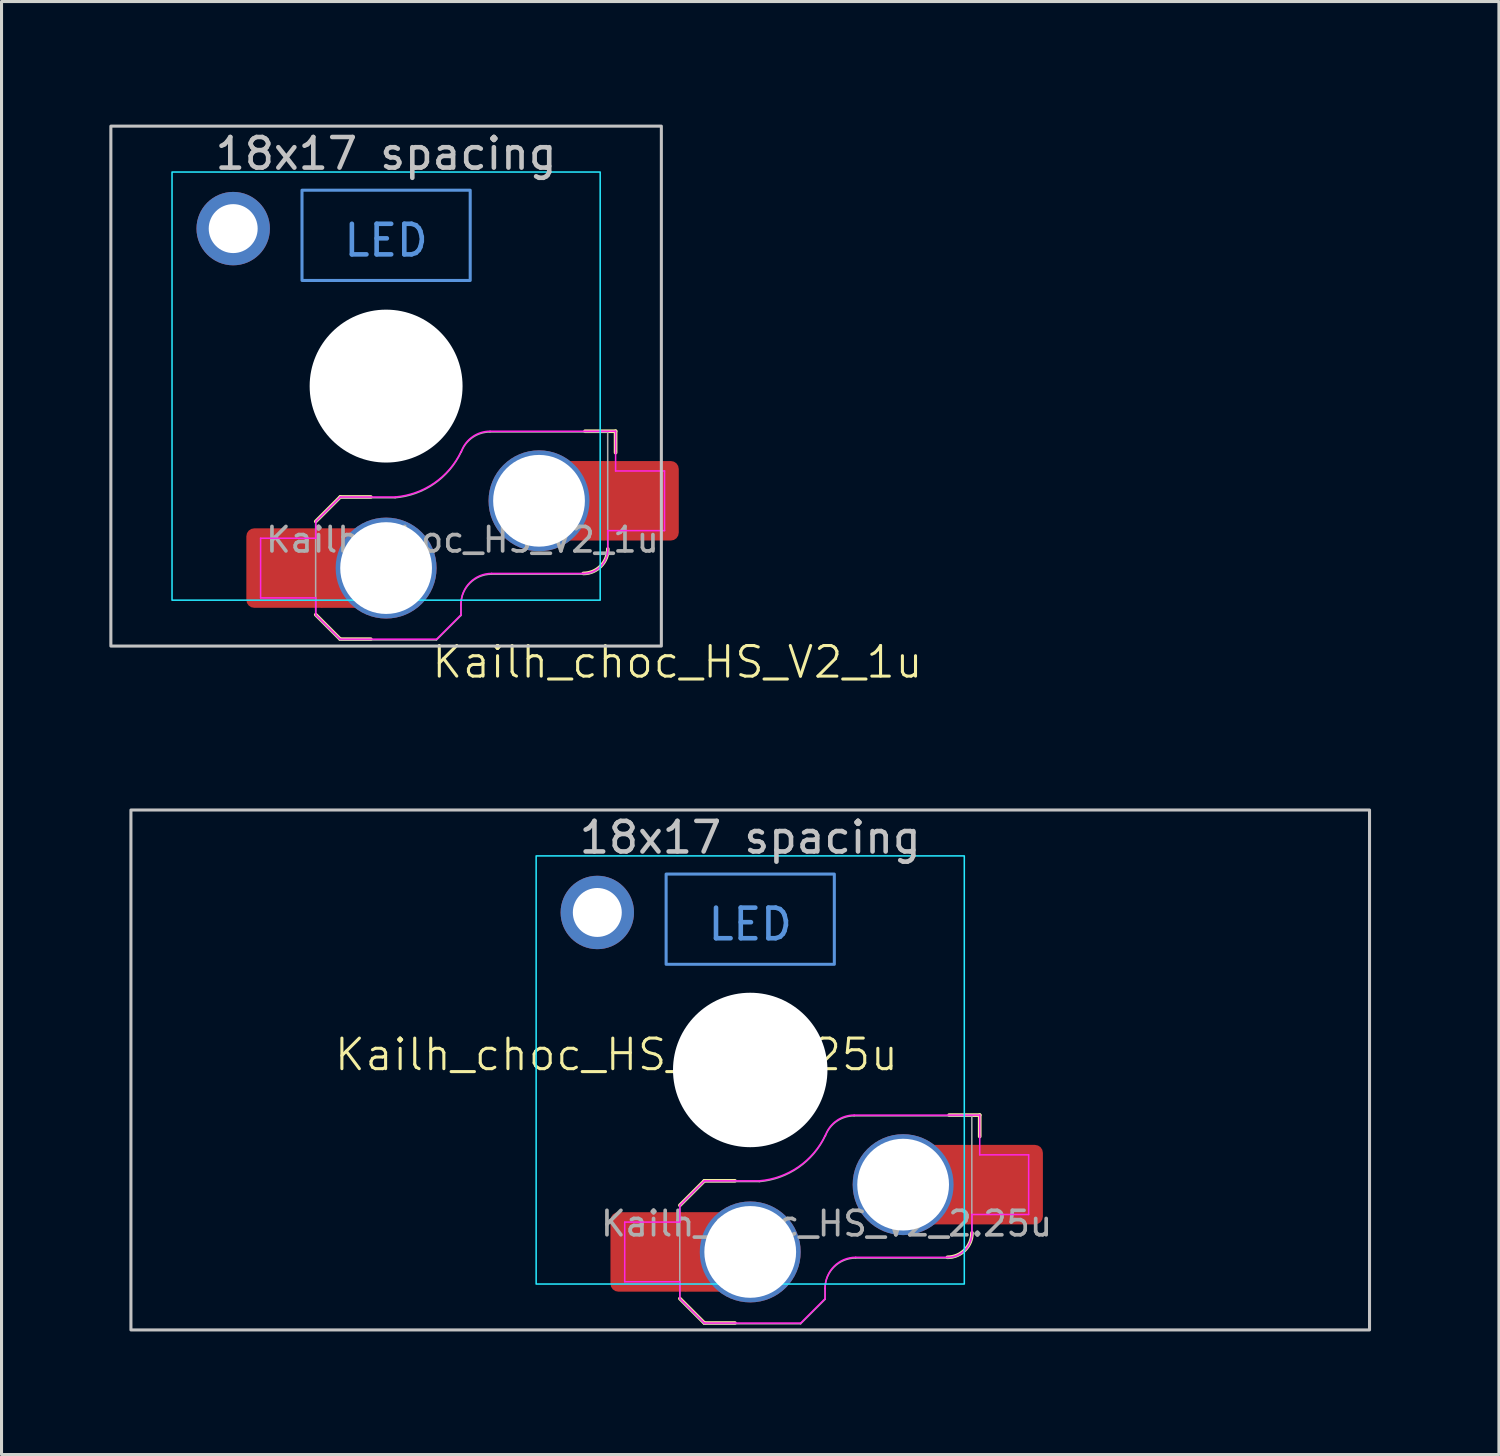
<source format=kicad_pcb>
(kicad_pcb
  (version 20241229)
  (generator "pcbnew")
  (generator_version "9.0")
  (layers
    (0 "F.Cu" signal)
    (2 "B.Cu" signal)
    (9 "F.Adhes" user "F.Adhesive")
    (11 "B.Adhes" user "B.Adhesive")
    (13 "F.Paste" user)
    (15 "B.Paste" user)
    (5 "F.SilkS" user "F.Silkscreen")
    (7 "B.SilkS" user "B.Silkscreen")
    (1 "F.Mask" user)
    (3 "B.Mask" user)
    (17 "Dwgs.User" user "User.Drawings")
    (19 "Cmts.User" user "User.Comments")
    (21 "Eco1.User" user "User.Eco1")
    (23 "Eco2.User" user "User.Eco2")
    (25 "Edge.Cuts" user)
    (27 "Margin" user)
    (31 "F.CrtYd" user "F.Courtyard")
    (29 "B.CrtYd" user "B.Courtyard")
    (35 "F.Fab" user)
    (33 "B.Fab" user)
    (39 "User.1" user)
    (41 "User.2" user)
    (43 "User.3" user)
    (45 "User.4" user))
  (footprint "Kailh_choc_HS_V2_2.25u"
    (layer "F.Cu")
    (at 21.481 31.936)
    (property "Reference" "Kailh_choc_HS_V2_2.25u" (at -4.375 -0.5 0) (unlocked yes) (layer "F.SilkS") (effects (font (size 1 1) (thickness 0.1))))
    (fp_line (start -2.3 7.475) (end -1.5 8.275) (stroke (width 0.12) (type solid)) (layer "F.SilkS"))
    (fp_line (start -1.5 3.625) (end -2.3 4.425) (stroke (width 0.12) (type solid)) (layer "F.SilkS"))
    (fp_line (start -1.5 3.625) (end -0.5 3.625) (stroke (width 0.12) (type solid)) (layer "F.SilkS"))
    (fp_line (start -1.5 8.275) (end -0.5 8.275) (stroke (width 0.12) (type solid)) (layer "F.SilkS"))
    (fp_line (start 7.504 1.475) (end 6.504 1.475) (stroke (width 0.12) (type solid)) (layer "F.SilkS"))
    (fp_line (start 7.504 1.475) (end 7.504 2.175) (stroke (width 0.12) (type solid)) (layer "F.SilkS"))
    (fp_arc (start 7.25 5.325) (mid 7.015685 5.890685) (end 6.45 6.125) (stroke (width 0.12) (type solid)) (layer "F.SilkS"))
    (fp_rect (start -20.25 -8.5) (end 20.25 8.5) (stroke (width 0.1) (type solid)) (fill no) (layer "Dwgs.User"))
    (fp_rect (start -2.75 -6.405) (end 2.75 -3.455) (stroke (width 0.1) (type default)) (fill no) (layer "Cmts.User"))
    (fp_rect (start -21.431 -9.525) (end 21.431 9.525) (stroke (width 0.1) (type solid)) (fill no) (layer "Eco1.User"))
    (fp_line (start -6.95 6.45) (end -6.95 -6.45) (stroke (width 0.05) (type solid)) (layer "Eco2.User"))
    (fp_line (start -6.45 -6.95) (end 6.45 -6.95) (stroke (width 0.05) (type solid)) (layer "Eco2.User"))
    (fp_line (start 6.45 6.95) (end -6.45 6.95) (stroke (width 0.05) (type solid)) (layer "Eco2.User"))
    (fp_line (start 6.95 -6.45) (end 6.95 6.45) (stroke (width 0.05) (type solid)) (layer "Eco2.User"))
    (fp_arc (start -6.95 -6.45) (mid -6.803553 -6.803553) (end -6.45 -6.95) (stroke (width 0.05) (type solid)) (layer "Eco2.User"))
    (fp_arc (start -6.45 6.95) (mid -6.803553 6.803553) (end -6.95 6.45) (stroke (width 0.05) (type solid)) (layer "Eco2.User"))
    (fp_arc (start 6.45 -6.95) (mid 6.803553 -6.803553) (end 6.95 -6.45) (stroke (width 0.05) (type solid)) (layer "Eco2.User"))
    (fp_arc (start 6.95 6.45) (mid 6.803553 6.803553) (end 6.45 6.95) (stroke (width 0.05) (type solid)) (layer "Eco2.User"))
    (fp_arc (start 6.95 6.45) (mid 6.803553 6.803553) (end 6.45 6.95) (stroke (width 0.05) (type solid)) (layer "Eco2.User"))
    (fp_rect (start -7 -7) (end 7 7) (stroke (width 0.05) (type default)) (fill no) (layer "B.CrtYd"))
    (fp_line (start -4.104 4.975) (end -4.104 6.925) (stroke (width 0.05) (type solid)) (layer "F.CrtYd"))
    (fp_line (start -4.104 4.975) (end -2.3 4.975) (stroke (width 0.05) (type solid)) (layer "F.CrtYd"))
    (fp_line (start -4.104 6.925) (end -2.3 6.925) (stroke (width 0.05) (type solid)) (layer "F.CrtYd"))
    (fp_line (start -2.3 4.975) (end -2.3 4.425) (stroke (width 0.05) (type solid)) (layer "F.CrtYd"))
    (fp_line (start -2.3 7.475) (end -2.3 6.925) (stroke (width 0.05) (type solid)) (layer "F.CrtYd"))
    (fp_line (start -2.3 7.475) (end -1.5 8.275) (stroke (width 0.05) (type solid)) (layer "F.CrtYd"))
    (fp_line (start -1.5 3.625) (end -2.3 4.425) (stroke (width 0.05) (type solid)) (layer "F.CrtYd"))
    (fp_line (start -1.5 3.625) (end 0.3 3.625) (stroke (width 0.05) (type solid)) (layer "F.CrtYd"))
    (fp_line (start -1.5 8.275) (end 1.65 8.275) (stroke (width 0.05) (type solid)) (layer "F.CrtYd"))
    (fp_line (start 2.45 7.475) (end 1.65 8.275) (stroke (width 0.05) (type solid)) (layer "F.CrtYd"))
    (fp_line (start 2.45 7.475) (end 2.45 7.125) (stroke (width 0.05) (type solid)) (layer "F.CrtYd"))
    (fp_line (start 3.45 6.125) (end 6.45 6.125) (stroke (width 0.05) (type solid)) (layer "F.CrtYd"))
    (fp_line (start 7.25 4.725) (end 9.104 4.725) (stroke (width 0.05) (type solid)) (layer "F.CrtYd"))
    (fp_line (start 7.25 5.325) (end 7.25 4.725) (stroke (width 0.05) (type solid)) (layer "F.CrtYd"))
    (fp_line (start 7.504 1.475) (end 3.4 1.475) (stroke (width 0.05) (type solid)) (layer "F.CrtYd"))
    (fp_line (start 7.504 1.475) (end 7.504 2.175) (stroke (width 0.05) (type solid)) (layer "F.CrtYd"))
    (fp_line (start 7.504 2.175) (end 7.504 2.775) (stroke (width 0.05) (type solid)) (layer "F.CrtYd"))
    (fp_line (start 9.104 2.775) (end 7.504 2.775) (stroke (width 0.05) (type solid)) (layer "F.CrtYd"))
    (fp_line (start 9.104 4.725) (end 9.104 2.775) (stroke (width 0.05) (type solid)) (layer "F.CrtYd"))
    (fp_arc (start 2.45 7.125) (mid 2.742893 6.417893) (end 3.45 6.125) (stroke (width 0.05) (type solid)) (layer "F.CrtYd"))
    (fp_arc (start 2.455444 2.13293) (mid 1.577272 3.167235) (end 0.299999 3.624999) (stroke (width 0.05) (type solid)) (layer "F.CrtYd"))
    (fp_arc (start 2.460307 2.13298) (mid 2.826423 1.655848) (end 3.4 1.475) (stroke (width 0.05) (type solid)) (layer "F.CrtYd"))
    (fp_arc (start 7.25 5.325) (mid 7.015685 5.890685) (end 6.45 6.125) (stroke (width 0.05) (type solid)) (layer "F.CrtYd"))
    (fp_line (start -2.304 7.5) (end -2.304 4.45) (stroke (width 0.05) (type solid)) (layer "F.Fab"))
    (fp_line (start -2.304 7.5) (end -1.504 8.3) (stroke (width 0.05) (type solid)) (layer "F.Fab"))
    (fp_line (start -1.504 3.65) (end -2.304 4.45) (stroke (width 0.05) (type solid)) (layer "F.Fab"))
    (fp_line (start -1.504 3.65) (end 0.296 3.65) (stroke (width 0.05) (type solid)) (layer "F.Fab"))
    (fp_line (start -1.504 8.3) (end 1.646 8.3) (stroke (width 0.05) (type solid)) (layer "F.Fab"))
    (fp_line (start 2.446 7.5) (end 1.646 8.3) (stroke (width 0.05) (type solid)) (layer "F.Fab"))
    (fp_line (start 2.446 7.5) (end 2.446 7.15) (stroke (width 0.05) (type solid)) (layer "F.Fab"))
    (fp_line (start 3.446 6.15) (end 6.446 6.15) (stroke (width 0.05) (type solid)) (layer "F.Fab"))
    (fp_line (start 7.246 1.5) (end 3.396 1.5) (stroke (width 0.05) (type solid)) (layer "F.Fab"))
    (fp_line (start 7.246 5.35) (end 7.246 1.5) (stroke (width 0.05) (type solid)) (layer "F.Fab"))
    (fp_arc (start 2.446 7.15) (mid 2.738893 6.442893) (end 3.446 6.15) (stroke (width 0.05) (type solid)) (layer "F.Fab"))
    (fp_arc (start 2.451444 2.15793) (mid 1.573272 3.192235) (end 0.295999 3.649999) (stroke (width 0.05) (type solid)) (layer "F.Fab"))
    (fp_arc (start 2.456307 2.15798) (mid 2.822423 1.680848) (end 3.396 1.5) (stroke (width 0.05) (type solid)) (layer "F.Fab"))
    (fp_arc (start 7.246 5.35) (mid 7.011685 5.915685) (end 6.446 6.15) (stroke (width 0.05) (type solid)) (layer "F.Fab"))
    (fp_text user "18x17 spacing" (at 0 -7.6 0) (layer "Dwgs.User") (effects (font (size 1 1) (thickness 0.15))))
    (fp_text user "LED" (at 0 -4.763 0) (unlocked yes) (layer "Cmts.User") (effects (font (size 1 1) (thickness 0.15))))
    (fp_text user "19.05 spacing" (at 0 -8.7 0) (layer "Eco1.User") (effects (font (size 1 1) (thickness 0.15))))
    (fp_text user "${REFERENCE}" (at 2.496 5.025 0) (layer "F.Fab") (effects (font (size 0.8 0.8) (thickness 0.12))))
    (pad "" np_thru_hole circle (at 0 0) (size 5.05 5.05) (drill 5.05) (layers "*.Cu" "*.Mask"))
    (pad "1" thru_hole circle (at 5 3.75) (size 3.3 3.3) (drill 3) (property pad_prop_mechanical) (layers "*.Cu" "F.Mask"))
    (pad "1" smd rect (at 6.55 3.75) (size 1.2 2.6) (layers "F.Cu"))
    (pad "1" smd roundrect (at 8.245 3.75) (size 2.65 2.6) (layers "F.Cu" "F.Mask" "F.Paste") (roundrect_rratio 0.1))
    (pad "2" smd roundrect (at -3.245 5.95) (size 2.65 2.6) (layers "F.Cu" "F.Mask" "F.Paste") (roundrect_rratio 0.1))
    (pad "2" smd rect (at -1.55 5.95 180) (size 1.2 2.6) (layers "F.Cu"))
    (pad "2" thru_hole circle (at 0 5.95) (size 3.3 3.3) (drill 3) (property pad_prop_mechanical) (layers "*.Cu" "F.Mask"))
    (pad "MP" thru_hole circle (at -5 -5.15 180) (size 2.4 2.4) (drill 1.6) (layers "*.Cu" "F.Mask")))
  (footprint "Kailh_choc_HS_V2_1u"
    (layer "F.Cu")
    (at 9.575 9.575)
    (property "Reference" "Kailh_choc_HS_V2_1u" (at 9.525 9.025 0) (unlocked yes) (layer "F.SilkS") (effects (font (size 1 1) (thickness 0.1))))
    (fp_line (start -2.3 7.475) (end -1.5 8.275) (stroke (width 0.12) (type solid)) (layer "F.SilkS"))
    (fp_line (start -1.5 3.625) (end -2.3 4.425) (stroke (width 0.12) (type solid)) (layer "F.SilkS"))
    (fp_line (start -1.5 3.625) (end -0.5 3.625) (stroke (width 0.12) (type solid)) (layer "F.SilkS"))
    (fp_line (start -1.5 8.275) (end -0.5 8.275) (stroke (width 0.12) (type solid)) (layer "F.SilkS"))
    (fp_line (start 7.504 1.475) (end 6.504 1.475) (stroke (width 0.12) (type solid)) (layer "F.SilkS"))
    (fp_line (start 7.504 1.475) (end 7.504 2.175) (stroke (width 0.12) (type solid)) (layer "F.SilkS"))
    (fp_arc (start 7.25 5.325) (mid 7.015685 5.890685) (end 6.45 6.125) (stroke (width 0.12) (type solid)) (layer "F.SilkS"))
    (fp_rect (start -9 -8.5) (end 9 8.5) (stroke (width 0.1) (type default)) (fill no) (layer "Dwgs.User"))
    (fp_rect (start -2.75 -6.405) (end 2.75 -3.455) (stroke (width 0.1) (type default)) (fill no) (layer "Cmts.User"))
    (fp_rect (start -9.525 -9.525) (end 9.525 9.525) (stroke (width 0.1) (type default)) (fill no) (layer "Eco1.User"))
    (fp_line (start -6.95 6.45) (end -6.95 -6.45) (stroke (width 0.05) (type solid)) (layer "Eco2.User"))
    (fp_line (start -6.45 -6.95) (end 6.45 -6.95) (stroke (width 0.05) (type solid)) (layer "Eco2.User"))
    (fp_line (start 6.45 6.95) (end -6.45 6.95) (stroke (width 0.05) (type solid)) (layer "Eco2.User"))
    (fp_line (start 6.95 -6.45) (end 6.95 6.45) (stroke (width 0.05) (type solid)) (layer "Eco2.User"))
    (fp_arc (start -6.95 -6.45) (mid -6.803553 -6.803553) (end -6.45 -6.95) (stroke (width 0.05) (type solid)) (layer "Eco2.User"))
    (fp_arc (start -6.45 6.95) (mid -6.803553 6.803553) (end -6.95 6.45) (stroke (width 0.05) (type solid)) (layer "Eco2.User"))
    (fp_arc (start 6.45 -6.95) (mid 6.803553 -6.803553) (end 6.95 -6.45) (stroke (width 0.05) (type solid)) (layer "Eco2.User"))
    (fp_arc (start 6.95 6.45) (mid 6.803553 6.803553) (end 6.45 6.95) (stroke (width 0.05) (type solid)) (layer "Eco2.User"))
    (fp_arc (start 6.95 6.45) (mid 6.803553 6.803553) (end 6.45 6.95) (stroke (width 0.05) (type solid)) (layer "Eco2.User"))
    (fp_rect (start -7 -7) (end 7 7) (stroke (width 0.05) (type default)) (fill no) (layer "B.CrtYd"))
    (fp_line (start -4.104 4.975) (end -4.104 6.925) (stroke (width 0.05) (type solid)) (layer "F.CrtYd"))
    (fp_line (start -4.104 4.975) (end -2.3 4.975) (stroke (width 0.05) (type solid)) (layer "F.CrtYd"))
    (fp_line (start -4.104 6.925) (end -2.3 6.925) (stroke (width 0.05) (type solid)) (layer "F.CrtYd"))
    (fp_line (start -2.3 4.975) (end -2.3 4.425) (stroke (width 0.05) (type solid)) (layer "F.CrtYd"))
    (fp_line (start -2.3 7.475) (end -2.3 6.925) (stroke (width 0.05) (type solid)) (layer "F.CrtYd"))
    (fp_line (start -2.3 7.475) (end -1.5 8.275) (stroke (width 0.05) (type solid)) (layer "F.CrtYd"))
    (fp_line (start -1.5 3.625) (end -2.3 4.425) (stroke (width 0.05) (type solid)) (layer "F.CrtYd"))
    (fp_line (start -1.5 3.625) (end 0.3 3.625) (stroke (width 0.05) (type solid)) (layer "F.CrtYd"))
    (fp_line (start -1.5 8.275) (end 1.65 8.275) (stroke (width 0.05) (type solid)) (layer "F.CrtYd"))
    (fp_line (start 2.45 7.475) (end 1.65 8.275) (stroke (width 0.05) (type solid)) (layer "F.CrtYd"))
    (fp_line (start 2.45 7.475) (end 2.45 7.125) (stroke (width 0.05) (type solid)) (layer "F.CrtYd"))
    (fp_line (start 3.45 6.125) (end 6.45 6.125) (stroke (width 0.05) (type solid)) (layer "F.CrtYd"))
    (fp_line (start 7.25 4.725) (end 9.104 4.725) (stroke (width 0.05) (type solid)) (layer "F.CrtYd"))
    (fp_line (start 7.25 5.325) (end 7.25 4.725) (stroke (width 0.05) (type solid)) (layer "F.CrtYd"))
    (fp_line (start 7.504 1.475) (end 3.4 1.475) (stroke (width 0.05) (type solid)) (layer "F.CrtYd"))
    (fp_line (start 7.504 1.475) (end 7.504 2.175) (stroke (width 0.05) (type solid)) (layer "F.CrtYd"))
    (fp_line (start 7.504 2.175) (end 7.504 2.775) (stroke (width 0.05) (type solid)) (layer "F.CrtYd"))
    (fp_line (start 9.104 2.775) (end 7.504 2.775) (stroke (width 0.05) (type solid)) (layer "F.CrtYd"))
    (fp_line (start 9.104 4.725) (end 9.104 2.775) (stroke (width 0.05) (type solid)) (layer "F.CrtYd"))
    (fp_arc (start 2.45 7.125) (mid 2.742893 6.417893) (end 3.45 6.125) (stroke (width 0.05) (type solid)) (layer "F.CrtYd"))
    (fp_arc (start 2.455444 2.13293) (mid 1.577272 3.167235) (end 0.299999 3.624999) (stroke (width 0.05) (type solid)) (layer "F.CrtYd"))
    (fp_arc (start 2.460307 2.13298) (mid 2.826423 1.655848) (end 3.4 1.475) (stroke (width 0.05) (type solid)) (layer "F.CrtYd"))
    (fp_arc (start 7.25 5.325) (mid 7.015685 5.890685) (end 6.45 6.125) (stroke (width 0.05) (type solid)) (layer "F.CrtYd"))
    (fp_line (start -2.304 7.5) (end -2.304 4.45) (stroke (width 0.05) (type solid)) (layer "F.Fab"))
    (fp_line (start -2.304 7.5) (end -1.504 8.3) (stroke (width 0.05) (type solid)) (layer "F.Fab"))
    (fp_line (start -1.504 3.65) (end -2.304 4.45) (stroke (width 0.05) (type solid)) (layer "F.Fab"))
    (fp_line (start -1.504 3.65) (end 0.296 3.65) (stroke (width 0.05) (type solid)) (layer "F.Fab"))
    (fp_line (start -1.504 8.3) (end 1.646 8.3) (stroke (width 0.05) (type solid)) (layer "F.Fab"))
    (fp_line (start 2.446 7.5) (end 1.646 8.3) (stroke (width 0.05) (type solid)) (layer "F.Fab"))
    (fp_line (start 2.446 7.5) (end 2.446 7.15) (stroke (width 0.05) (type solid)) (layer "F.Fab"))
    (fp_line (start 3.446 6.15) (end 6.446 6.15) (stroke (width 0.05) (type solid)) (layer "F.Fab"))
    (fp_line (start 7.246 1.5) (end 3.396 1.5) (stroke (width 0.05) (type solid)) (layer "F.Fab"))
    (fp_line (start 7.246 5.35) (end 7.246 1.5) (stroke (width 0.05) (type solid)) (layer "F.Fab"))
    (fp_arc (start 2.446 7.15) (mid 2.738893 6.442893) (end 3.446 6.15) (stroke (width 0.05) (type solid)) (layer "F.Fab"))
    (fp_arc (start 2.451444 2.15793) (mid 1.573272 3.192235) (end 0.295999 3.649999) (stroke (width 0.05) (type solid)) (layer "F.Fab"))
    (fp_arc (start 2.456307 2.15798) (mid 2.822423 1.680848) (end 3.396 1.5) (stroke (width 0.05) (type solid)) (layer "F.Fab"))
    (fp_arc (start 7.246 5.35) (mid 7.011685 5.915685) (end 6.446 6.15) (stroke (width 0.05) (type solid)) (layer "F.Fab"))
    (fp_text user "18x17 spacing" (at 0 -7.6 180) (layer "Dwgs.User") (effects (font (size 1 1) (thickness 0.15))))
    (fp_text user "LED" (at 0 -4.763 0) (unlocked yes) (layer "Cmts.User") (effects (font (size 1 1) (thickness 0.15))))
    (fp_text user "19.05 spacing" (at 0 -8.7 180) (layer "Eco1.User") (effects (font (size 1 1) (thickness 0.15))))
    (fp_text user "${REFERENCE}" (at 2.496 5.025 0) (layer "F.Fab") (effects (font (size 0.8 0.8) (thickness 0.12))))
    (pad "" np_thru_hole circle (at 0 0 180) (size 5 5) (drill 5) (layers "*.Cu" "*.Mask"))
    (pad "1" thru_hole circle (at 5 3.75) (size 3.3 3.3) (drill 3) (property pad_prop_mechanical) (layers "*.Cu" "F.Mask"))
    (pad "1" smd rect (at 6.55 3.75) (size 1.2 2.6) (layers "F.Cu"))
    (pad "1" smd roundrect (at 8.245 3.75) (size 2.65 2.6) (layers "F.Cu" "F.Mask" "F.Paste") (roundrect_rratio 0.1))
    (pad "2" smd roundrect (at -3.245 5.95) (size 2.65 2.6) (layers "F.Cu" "F.Mask" "F.Paste") (roundrect_rratio 0.1))
    (pad "2" smd rect (at -1.55 5.95 180) (size 1.2 2.6) (layers "F.Cu"))
    (pad "2" thru_hole circle (at 0 5.95) (size 3.3 3.3) (drill 3) (property pad_prop_mechanical) (layers "*.Cu" "F.Mask"))
    (pad "MP" thru_hole circle (at -5 -5.15 180) (size 2.4 2.4) (drill 1.6) (layers "*.Cu" "F.Mask")))
  (gr_rect
    (start -3 -3)
    (end 45.962 44.511)
    (stroke (width 0.1) (type default))
    (fill no)
    (layer "Edge.Cuts")))
</source>
